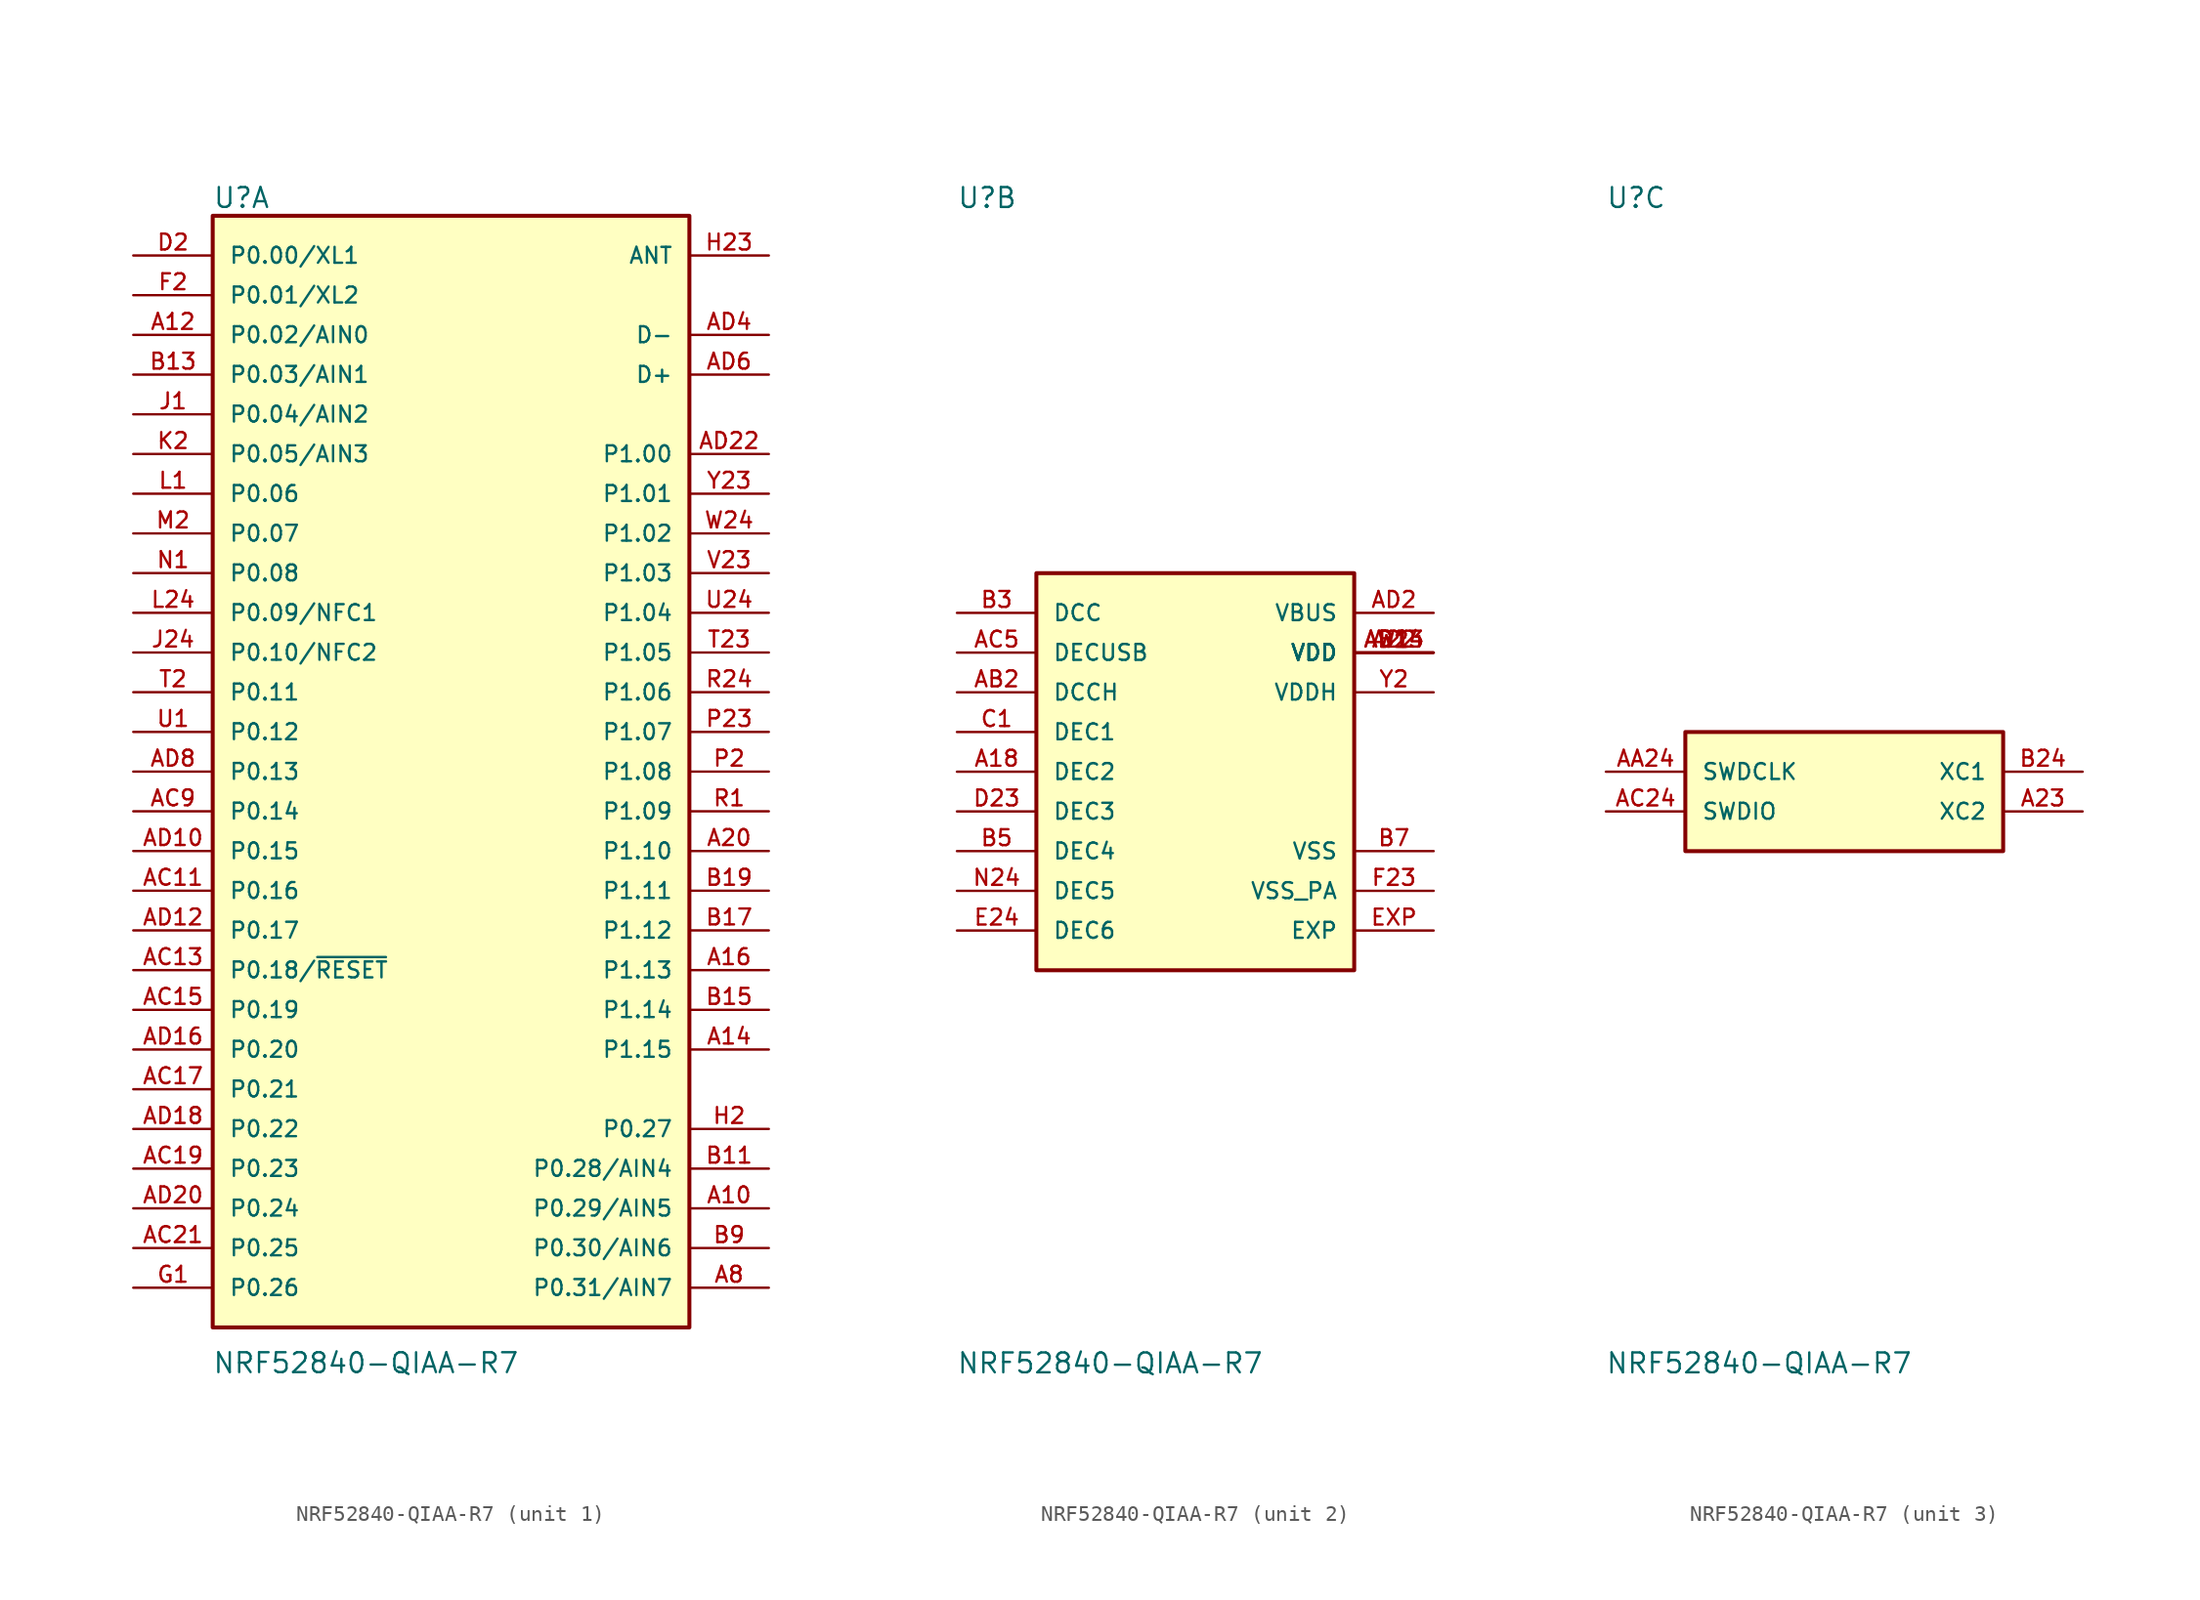
<source format=kicad_sym>
(kicad_symbol_lib
  (version 20211014)
  (generator kicad_symbol_editor)
  (symbol "NRF52840-QIAA-R7"
    (pin_names
      (offset 1.016))
    (property "Reference" "U"
      (at -15.251 35.966 0)
      (effects (font (size 1.27 1.27)) (justify bottom left)))
    (property "Value" "NRF52840-QIAA-R7"
      (at -15.279 -38.58 0)
      (effects (font (size 1.27 1.27)) (justify bottom left)))
    (symbol "NRF52840-QIAA-R7_1_0"
      (rectangle (start -15.24 -35.56) (end 15.24 35.56) (stroke (width 0.254)) (fill (type background)))
      (pin bidirectional line (at -20.32 33.02 0) (length 5.08) (name "P0.00/XL1" (effects (font (size 1.016 1.016)))) (number "D2" (effects (font (size 1.016 1.016)))))
      (pin bidirectional line (at -20.32 30.48 0) (length 5.08) (name "P0.01/XL2" (effects (font (size 1.016 1.016)))) (number "F2" (effects (font (size 1.016 1.016)))))
      (pin bidirectional line (at -20.32 27.94 0) (length 5.08) (name "P0.02/AIN0" (effects (font (size 1.016 1.016)))) (number "A12" (effects (font (size 1.016 1.016)))))
      (pin bidirectional line (at -20.32 25.4 0) (length 5.08) (name "P0.03/AIN1" (effects (font (size 1.016 1.016)))) (number "B13" (effects (font (size 1.016 1.016)))))
      (pin bidirectional line (at -20.32 22.86 0) (length 5.08) (name "P0.04/AIN2" (effects (font (size 1.016 1.016)))) (number "J1" (effects (font (size 1.016 1.016)))))
      (pin bidirectional line (at -20.32 20.32 0) (length 5.08) (name "P0.05/AIN3" (effects (font (size 1.016 1.016)))) (number "K2" (effects (font (size 1.016 1.016)))))
      (pin bidirectional line (at -20.32 17.78 0) (length 5.08) (name "P0.06" (effects (font (size 1.016 1.016)))) (number "L1" (effects (font (size 1.016 1.016)))))
      (pin bidirectional line (at -20.32 15.24 0) (length 5.08) (name "P0.07" (effects (font (size 1.016 1.016)))) (number "M2" (effects (font (size 1.016 1.016)))))
      (pin bidirectional line (at -20.32 12.7 0) (length 5.08) (name "P0.08" (effects (font (size 1.016 1.016)))) (number "N1" (effects (font (size 1.016 1.016)))))
      (pin bidirectional line (at -20.32 10.16 0) (length 5.08) (name "P0.09/NFC1" (effects (font (size 1.016 1.016)))) (number "L24" (effects (font (size 1.016 1.016)))))
      (pin bidirectional line (at -20.32 7.62 0) (length 5.08) (name "P0.10/NFC2" (effects (font (size 1.016 1.016)))) (number "J24" (effects (font (size 1.016 1.016)))))
      (pin bidirectional line (at -20.32 5.08 0) (length 5.08) (name "P0.11" (effects (font (size 1.016 1.016)))) (number "T2" (effects (font (size 1.016 1.016)))))
      (pin bidirectional line (at -20.32 2.54 0) (length 5.08) (name "P0.12" (effects (font (size 1.016 1.016)))) (number "U1" (effects (font (size 1.016 1.016)))))
      (pin bidirectional line (at -20.32 0.0 0) (length 5.08) (name "P0.13" (effects (font (size 1.016 1.016)))) (number "AD8" (effects (font (size 1.016 1.016)))))
      (pin bidirectional line (at -20.32 -2.54 0) (length 5.08) (name "P0.14" (effects (font (size 1.016 1.016)))) (number "AC9" (effects (font (size 1.016 1.016)))))
      (pin bidirectional line (at -20.32 -5.08 0) (length 5.08) (name "P0.15" (effects (font (size 1.016 1.016)))) (number "AD10" (effects (font (size 1.016 1.016)))))
      (pin bidirectional line (at -20.32 -7.62 0) (length 5.08) (name "P0.16" (effects (font (size 1.016 1.016)))) (number "AC11" (effects (font (size 1.016 1.016)))))
      (pin bidirectional line (at -20.32 -10.16 0) (length 5.08) (name "P0.17" (effects (font (size 1.016 1.016)))) (number "AD12" (effects (font (size 1.016 1.016)))))
      (pin bidirectional line (at -20.32 -12.7 0) (length 5.08) (name "P0.18/~{RESET}" (effects (font (size 1.016 1.016)))) (number "AC13" (effects (font (size 1.016 1.016)))))
      (pin bidirectional line (at -20.32 -15.24 0) (length 5.08) (name "P0.19" (effects (font (size 1.016 1.016)))) (number "AC15" (effects (font (size 1.016 1.016)))))
      (pin bidirectional line (at -20.32 -17.78 0) (length 5.08) (name "P0.20" (effects (font (size 1.016 1.016)))) (number "AD16" (effects (font (size 1.016 1.016)))))
      (pin bidirectional line (at -20.32 -20.32 0) (length 5.08) (name "P0.21" (effects (font (size 1.016 1.016)))) (number "AC17" (effects (font (size 1.016 1.016)))))
      (pin bidirectional line (at -20.32 -22.86 0) (length 5.08) (name "P0.22" (effects (font (size 1.016 1.016)))) (number "AD18" (effects (font (size 1.016 1.016)))))
      (pin bidirectional line (at -20.32 -25.4 0) (length 5.08) (name "P0.23" (effects (font (size 1.016 1.016)))) (number "AC19" (effects (font (size 1.016 1.016)))))
      (pin bidirectional line (at -20.32 -27.94 0) (length 5.08) (name "P0.24" (effects (font (size 1.016 1.016)))) (number "AD20" (effects (font (size 1.016 1.016)))))
      (pin bidirectional line (at -20.32 -30.48 0) (length 5.08) (name "P0.25" (effects (font (size 1.016 1.016)))) (number "AC21" (effects (font (size 1.016 1.016)))))
      (pin bidirectional line (at -20.32 -33.02 0) (length 5.08) (name "P0.26" (effects (font (size 1.016 1.016)))) (number "G1" (effects (font (size 1.016 1.016)))))
      (pin bidirectional line (at 20.32 -22.86 180.0) (length 5.08) (name "P0.27" (effects (font (size 1.016 1.016)))) (number "H2" (effects (font (size 1.016 1.016)))))
      (pin bidirectional line (at 20.32 -25.4 180.0) (length 5.08) (name "P0.28/AIN4" (effects (font (size 1.016 1.016)))) (number "B11" (effects (font (size 1.016 1.016)))))
      (pin bidirectional line (at 20.32 -27.94 180.0) (length 5.08) (name "P0.29/AIN5" (effects (font (size 1.016 1.016)))) (number "A10" (effects (font (size 1.016 1.016)))))
      (pin bidirectional line (at 20.32 -30.48 180.0) (length 5.08) (name "P0.30/AIN6" (effects (font (size 1.016 1.016)))) (number "B9" (effects (font (size 1.016 1.016)))))
      (pin bidirectional line (at 20.32 -33.02 180.0) (length 5.08) (name "P0.31/AIN7" (effects (font (size 1.016 1.016)))) (number "A8" (effects (font (size 1.016 1.016)))))
      (pin bidirectional line (at 20.32 20.32 180.0) (length 5.08) (name "P1.00" (effects (font (size 1.016 1.016)))) (number "AD22" (effects (font (size 1.016 1.016)))))
      (pin bidirectional line (at 20.32 17.78 180.0) (length 5.08) (name "P1.01" (effects (font (size 1.016 1.016)))) (number "Y23" (effects (font (size 1.016 1.016)))))
      (pin bidirectional line (at 20.32 15.24 180.0) (length 5.08) (name "P1.02" (effects (font (size 1.016 1.016)))) (number "W24" (effects (font (size 1.016 1.016)))))
      (pin bidirectional line (at 20.32 12.7 180.0) (length 5.08) (name "P1.03" (effects (font (size 1.016 1.016)))) (number "V23" (effects (font (size 1.016 1.016)))))
      (pin bidirectional line (at 20.32 10.16 180.0) (length 5.08) (name "P1.04" (effects (font (size 1.016 1.016)))) (number "U24" (effects (font (size 1.016 1.016)))))
      (pin bidirectional line (at 20.32 7.62 180.0) (length 5.08) (name "P1.05" (effects (font (size 1.016 1.016)))) (number "T23" (effects (font (size 1.016 1.016)))))
      (pin bidirectional line (at 20.32 5.08 180.0) (length 5.08) (name "P1.06" (effects (font (size 1.016 1.016)))) (number "R24" (effects (font (size 1.016 1.016)))))
      (pin bidirectional line (at 20.32 2.54 180.0) (length 5.08) (name "P1.07" (effects (font (size 1.016 1.016)))) (number "P23" (effects (font (size 1.016 1.016)))))
      (pin bidirectional line (at 20.32 0.0 180.0) (length 5.08) (name "P1.08" (effects (font (size 1.016 1.016)))) (number "P2" (effects (font (size 1.016 1.016)))))
      (pin bidirectional line (at 20.32 -2.54 180.0) (length 5.08) (name "P1.09" (effects (font (size 1.016 1.016)))) (number "R1" (effects (font (size 1.016 1.016)))))
      (pin bidirectional line (at 20.32 -5.08 180.0) (length 5.08) (name "P1.10" (effects (font (size 1.016 1.016)))) (number "A20" (effects (font (size 1.016 1.016)))))
      (pin bidirectional line (at 20.32 -7.62 180.0) (length 5.08) (name "P1.11" (effects (font (size 1.016 1.016)))) (number "B19" (effects (font (size 1.016 1.016)))))
      (pin bidirectional line (at 20.32 -10.16 180.0) (length 5.08) (name "P1.12" (effects (font (size 1.016 1.016)))) (number "B17" (effects (font (size 1.016 1.016)))))
      (pin bidirectional line (at 20.32 -12.7 180.0) (length 5.08) (name "P1.13" (effects (font (size 1.016 1.016)))) (number "A16" (effects (font (size 1.016 1.016)))))
      (pin bidirectional line (at 20.32 -15.24 180.0) (length 5.08) (name "P1.14" (effects (font (size 1.016 1.016)))) (number "B15" (effects (font (size 1.016 1.016)))))
      (pin bidirectional line (at 20.32 -17.78 180.0) (length 5.08) (name "P1.15" (effects (font (size 1.016 1.016)))) (number "A14" (effects (font (size 1.016 1.016)))))
      (pin bidirectional line (at 20.32 33.02 180.0) (length 5.08) (name "ANT" (effects (font (size 1.016 1.016)))) (number "H23" (effects (font (size 1.016 1.016)))))
      (pin bidirectional line (at 20.32 27.94 180.0) (length 5.08) (name "D-" (effects (font (size 1.016 1.016)))) (number "AD4" (effects (font (size 1.016 1.016)))))
      (pin bidirectional line (at 20.32 25.4 180.0) (length 5.08) (name "D+" (effects (font (size 1.016 1.016)))) (number "AD6" (effects (font (size 1.016 1.016))))))
    (symbol "NRF52840-QIAA-R7_2_0"
      (rectangle (start -10.16 -12.7) (end 10.16 12.7) (stroke (width 0.254)) (fill (type background)))
      (pin power_in line (at -15.24 0.0 0) (length 5.08) (name "DEC2" (effects (font (size 1.016 1.016)))) (number "A18" (effects (font (size 1.016 1.016)))))
      (pin power_in line (at 15.24 7.62 180.0) (length 5.08) (name "VDD" (effects (font (size 1.016 1.016)))) (number "A22" (effects (font (size 1.016 1.016)))))
      (pin power_in line (at 15.24 7.62 180.0) (length 5.08) (name "VDD" (effects (font (size 1.016 1.016)))) (number "AD14" (effects (font (size 1.016 1.016)))))
      (pin power_in line (at 15.24 7.62 180.0) (length 5.08) (name "VDD" (effects (font (size 1.016 1.016)))) (number "AD23" (effects (font (size 1.016 1.016)))))
      (pin power_in line (at 15.24 7.62 180.0) (length 5.08) (name "VDD" (effects (font (size 1.016 1.016)))) (number "B1" (effects (font (size 1.016 1.016)))))
      (pin power_in line (at 15.24 7.62 180.0) (length 5.08) (name "VDD" (effects (font (size 1.016 1.016)))) (number "W1" (effects (font (size 1.016 1.016)))))
      (pin power_in line (at -15.24 10.16 0) (length 5.08) (name "DCC" (effects (font (size 1.016 1.016)))) (number "B3" (effects (font (size 1.016 1.016)))))
      (pin power_in line (at -15.24 2.54 0) (length 5.08) (name "DEC1" (effects (font (size 1.016 1.016)))) (number "C1" (effects (font (size 1.016 1.016)))))
      (pin power_in line (at -15.24 -2.54 0) (length 5.08) (name "DEC3" (effects (font (size 1.016 1.016)))) (number "D23" (effects (font (size 1.016 1.016)))))
      (pin power_in line (at -15.24 -5.08 0) (length 5.08) (name "DEC4" (effects (font (size 1.016 1.016)))) (number "B5" (effects (font (size 1.016 1.016)))))
      (pin power_in line (at 15.24 -5.08 180.0) (length 5.08) (name "VSS" (effects (font (size 1.016 1.016)))) (number "B7" (effects (font (size 1.016 1.016)))))
      (pin power_in line (at 15.24 -7.62 180.0) (length 5.08) (name "VSS_PA" (effects (font (size 1.016 1.016)))) (number "F23" (effects (font (size 1.016 1.016)))))
      (pin power_in line (at -15.24 -7.62 0) (length 5.08) (name "DEC5" (effects (font (size 1.016 1.016)))) (number "N24" (effects (font (size 1.016 1.016)))))
      (pin power_in line (at 15.24 5.08 180.0) (length 5.08) (name "VDDH" (effects (font (size 1.016 1.016)))) (number "Y2" (effects (font (size 1.016 1.016)))))
      (pin power_in line (at -15.24 5.08 0) (length 5.08) (name "DCCH" (effects (font (size 1.016 1.016)))) (number "AB2" (effects (font (size 1.016 1.016)))))
      (pin power_in line (at -15.24 7.62 0) (length 5.08) (name "DECUSB" (effects (font (size 1.016 1.016)))) (number "AC5" (effects (font (size 1.016 1.016)))))
      (pin power_in line (at 15.24 10.16 180.0) (length 5.08) (name "VBUS" (effects (font (size 1.016 1.016)))) (number "AD2" (effects (font (size 1.016 1.016)))))
      (pin power_in line (at 15.24 -10.16 180.0) (length 5.08) (name "EXP" (effects (font (size 1.016 1.016)))) (number "EXP" (effects (font (size 1.016 1.016)))))
      (pin power_in line (at -15.24 -10.16 0) (length 5.08) (name "DEC6" (effects (font (size 1.016 1.016)))) (number "E24" (effects (font (size 1.016 1.016))))))
    (symbol "NRF52840-QIAA-R7_3_0"
      (rectangle (start -10.16 -5.08) (end 10.16 2.54) (stroke (width 0.254)) (fill (type background)))
      (pin input line (at 15.24 -2.54 180.0) (length 5.08) (name "XC2" (effects (font (size 1.016 1.016)))) (number "A23" (effects (font (size 1.016 1.016)))))
      (pin input line (at 15.24 0.0 180.0) (length 5.08) (name "XC1" (effects (font (size 1.016 1.016)))) (number "B24" (effects (font (size 1.016 1.016)))))
      (pin input line (at -15.24 0.0 0) (length 5.08) (name "SWDCLK" (effects (font (size 1.016 1.016)))) (number "AA24" (effects (font (size 1.016 1.016)))))
      (pin input line (at -15.24 -2.54 0) (length 5.08) (name "SWDIO" (effects (font (size 1.016 1.016)))) (number "AC24" (effects (font (size 1.016 1.016))))))))
</source>
